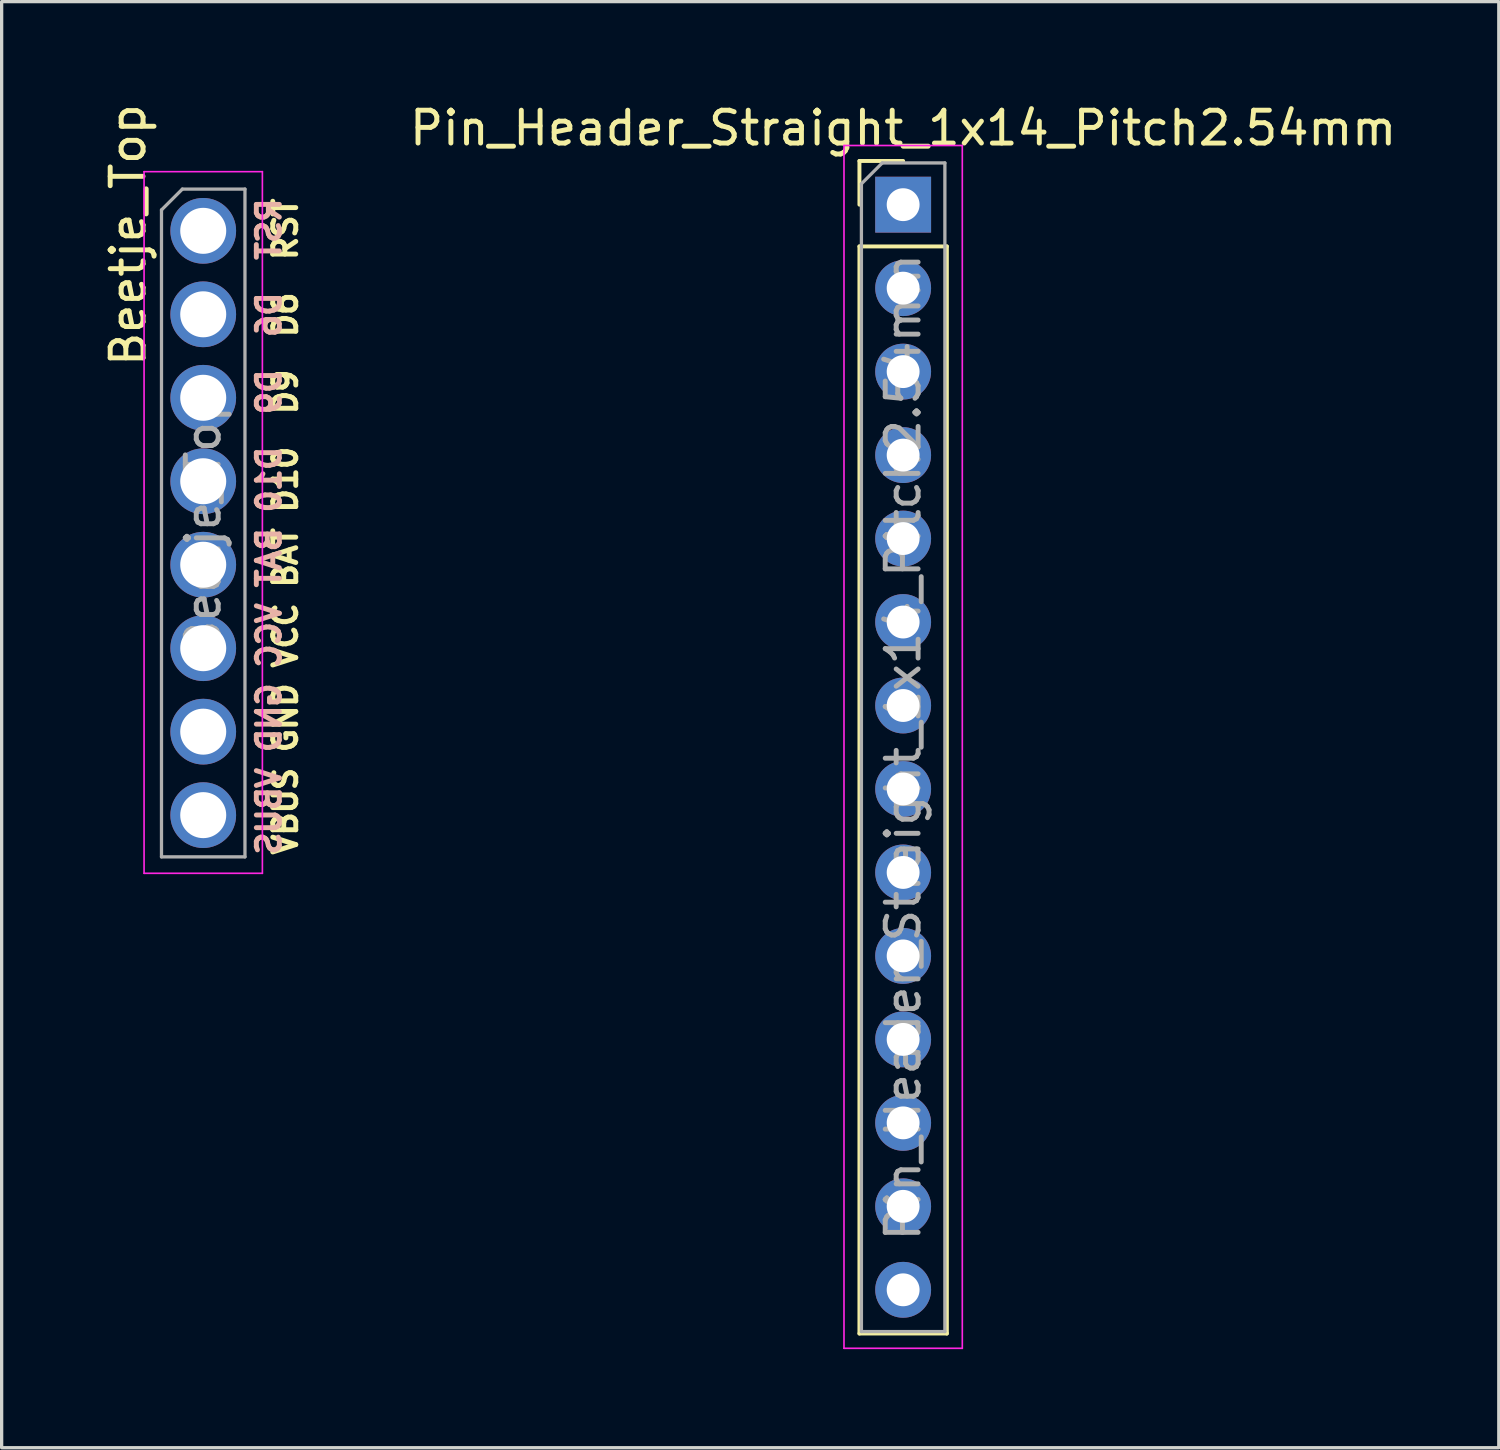
<source format=kicad_pcb>
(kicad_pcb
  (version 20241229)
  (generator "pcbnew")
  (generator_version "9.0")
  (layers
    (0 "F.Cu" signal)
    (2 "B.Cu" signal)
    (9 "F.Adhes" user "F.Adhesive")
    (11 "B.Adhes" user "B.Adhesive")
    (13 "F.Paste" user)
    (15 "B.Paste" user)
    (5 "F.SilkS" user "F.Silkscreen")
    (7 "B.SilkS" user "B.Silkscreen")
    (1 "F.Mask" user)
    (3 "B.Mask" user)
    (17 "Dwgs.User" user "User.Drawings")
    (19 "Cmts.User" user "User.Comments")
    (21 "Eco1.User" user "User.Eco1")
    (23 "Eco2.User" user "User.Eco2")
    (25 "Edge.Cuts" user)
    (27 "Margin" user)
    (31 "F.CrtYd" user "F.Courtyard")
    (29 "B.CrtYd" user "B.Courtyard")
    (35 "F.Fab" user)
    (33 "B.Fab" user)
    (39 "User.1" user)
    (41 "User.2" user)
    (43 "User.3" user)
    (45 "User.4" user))
  (footprint "Beetje_Top"
    (layer "F.Cu")
    (at 3.134 3.974)
    (property "Reference" "Beetje_Top" (at -2.286 0.127 90) (layer "F.SilkS") (effects (font (size 1 1) (thickness 0.15))))
    (attr through_hole)
    (fp_line (start -1.8 -1.8) (end -1.8 19.55) (stroke (width 0.05) (type solid)) (layer "F.CrtYd"))
    (fp_line (start -1.8 19.55) (end 1.8 19.55) (stroke (width 0.05) (type solid)) (layer "F.CrtYd"))
    (fp_line (start 1.8 -1.8) (end -1.8 -1.8) (stroke (width 0.05) (type solid)) (layer "F.CrtYd"))
    (fp_line (start 1.8 19.55) (end 1.8 -1.8) (stroke (width 0.05) (type solid)) (layer "F.CrtYd"))
    (fp_line (start -1.27 -0.635) (end -0.635 -1.27) (stroke (width 0.1) (type solid)) (layer "F.Fab"))
    (fp_line (start -1.27 19.05) (end -1.27 -0.635) (stroke (width 0.1) (type solid)) (layer "F.Fab"))
    (fp_line (start -0.635 -1.27) (end 1.27 -1.27) (stroke (width 0.1) (type solid)) (layer "F.Fab"))
    (fp_line (start 1.27 -1.27) (end 1.27 19.05) (stroke (width 0.1) (type solid)) (layer "F.Fab"))
    (fp_line (start 1.27 19.05) (end -1.27 19.05) (stroke (width 0.1) (type solid)) (layer "F.Fab"))
    (fp_text user "VBUS GND VCC BAT D10  D9  D6  RST" (at 2.5 9 90) (layer "F.SilkS") (effects (font (size 0.7 0.675) (thickness 0.15))))
    (fp_text user "RST  D6  D9  D10 BAT VCC GND VBUS" (at 2 9 90) (layer "B.SilkS") (effects (font (size 0.7 0.675) (thickness 0.15)) (justify mirror)))
    (fp_text user "${REFERENCE}" (at 0 8.89 90) (layer "F.Fab") (effects (font (size 1 1) (thickness 0.15))))
    (pad "1" thru_hole circle (at 0 0) (size 2 2) (drill 1.4) (layers "*.Cu" "*.Mask"))
    (pad "2" thru_hole oval (at 0 2.54) (size 2 2) (drill 1.4) (layers "*.Cu" "*.Mask"))
    (pad "3" thru_hole oval (at 0 5.08) (size 2 2) (drill 1.4) (layers "*.Cu" "*.Mask"))
    (pad "4" thru_hole oval (at 0 7.62) (size 2 2) (drill 1.4) (layers "*.Cu" "*.Mask"))
    (pad "5" thru_hole circle (at 0 10.16) (size 2 2) (drill 1.4) (layers "*.Cu" "*.Mask"))
    (pad "6" thru_hole circle (at 0 12.7) (size 2 2) (drill 1.4) (layers "*.Cu" "*.Mask"))
    (pad "7" thru_hole circle (at 0 15.24) (size 2 2) (drill 1.4) (layers "*.Cu" "*.Mask"))
    (pad "8" thru_hole circle (at 0 17.78) (size 2 2) (drill 1.4) (layers "*.Cu" "*.Mask")))
  (footprint "Pin_Header_Straight_1x14_Pitch2.54mm"
    (layer "F.Cu")
    (at 24.432 3.178)
    (property "Reference" "Pin_Header_Straight_1x14_Pitch2.54mm" (at 0 -2.33 0) (layer "F.SilkS") (effects (font (size 1 1) (thickness 0.15))))
    (attr through_hole)
    (fp_line (start -1.33 -1.33) (end 0 -1.33) (stroke (width 0.12) (type solid)) (layer "F.SilkS"))
    (fp_line (start -1.33 0) (end -1.33 -1.33) (stroke (width 0.12) (type solid)) (layer "F.SilkS"))
    (fp_line (start -1.33 1.27) (end -1.33 34.35) (stroke (width 0.12) (type solid)) (layer "F.SilkS"))
    (fp_line (start -1.33 1.27) (end 1.33 1.27) (stroke (width 0.12) (type solid)) (layer "F.SilkS"))
    (fp_line (start -1.33 34.35) (end 1.33 34.35) (stroke (width 0.12) (type solid)) (layer "F.SilkS"))
    (fp_line (start 1.33 1.27) (end 1.33 34.35) (stroke (width 0.12) (type solid)) (layer "F.SilkS"))
    (fp_line (start -1.8 -1.8) (end -1.8 34.8) (stroke (width 0.05) (type solid)) (layer "F.CrtYd"))
    (fp_line (start -1.8 34.8) (end 1.8 34.8) (stroke (width 0.05) (type solid)) (layer "F.CrtYd"))
    (fp_line (start 1.8 -1.8) (end -1.8 -1.8) (stroke (width 0.05) (type solid)) (layer "F.CrtYd"))
    (fp_line (start 1.8 34.8) (end 1.8 -1.8) (stroke (width 0.05) (type solid)) (layer "F.CrtYd"))
    (fp_line (start -1.27 -0.635) (end -0.635 -1.27) (stroke (width 0.1) (type solid)) (layer "F.Fab"))
    (fp_line (start -1.27 34.29) (end -1.27 -0.635) (stroke (width 0.1) (type solid)) (layer "F.Fab"))
    (fp_line (start -0.635 -1.27) (end 1.27 -1.27) (stroke (width 0.1) (type solid)) (layer "F.Fab"))
    (fp_line (start 1.27 -1.27) (end 1.27 34.29) (stroke (width 0.1) (type solid)) (layer "F.Fab"))
    (fp_line (start 1.27 34.29) (end -1.27 34.29) (stroke (width 0.1) (type solid)) (layer "F.Fab"))
    (fp_text user "${REFERENCE}" (at 0 16.51 90) (layer "F.Fab") (effects (font (size 1 1) (thickness 0.15))))
    (pad "1" thru_hole rect (at 0 0) (size 1.7 1.7) (drill 1) (layers "*.Cu" "*.Mask"))
    (pad "2" thru_hole oval (at 0 2.54) (size 1.7 1.7) (drill 1) (layers "*.Cu" "*.Mask"))
    (pad "3" thru_hole oval (at 0 5.08) (size 1.7 1.7) (drill 1) (layers "*.Cu" "*.Mask"))
    (pad "4" thru_hole oval (at 0 7.62) (size 1.7 1.7) (drill 1) (layers "*.Cu" "*.Mask"))
    (pad "5" thru_hole oval (at 0 10.16) (size 1.7 1.7) (drill 1) (layers "*.Cu" "*.Mask"))
    (pad "6" thru_hole oval (at 0 12.7) (size 1.7 1.7) (drill 1) (layers "*.Cu" "*.Mask"))
    (pad "7" thru_hole oval (at 0 15.24) (size 1.7 1.7) (drill 1) (layers "*.Cu" "*.Mask"))
    (pad "8" thru_hole oval (at 0 17.78) (size 1.7 1.7) (drill 1) (layers "*.Cu" "*.Mask"))
    (pad "9" thru_hole oval (at 0 20.32) (size 1.7 1.7) (drill 1) (layers "*.Cu" "*.Mask"))
    (pad "10" thru_hole oval (at 0 22.86) (size 1.7 1.7) (drill 1) (layers "*.Cu" "*.Mask"))
    (pad "11" thru_hole oval (at 0 25.4) (size 1.7 1.7) (drill 1) (layers "*.Cu" "*.Mask"))
    (pad "12" thru_hole oval (at 0 27.94) (size 1.7 1.7) (drill 1) (layers "*.Cu" "*.Mask"))
    (pad "13" thru_hole oval (at 0 30.48) (size 1.7 1.7) (drill 1) (layers "*.Cu" "*.Mask"))
    (pad "14" thru_hole oval (at 0 33.02) (size 1.7 1.7) (drill 1) (layers "*.Cu" "*.Mask")))
  (gr_rect
    (start -3 -3)
    (end 42.557 41.003)
    (stroke (width 0.1) (type default))
    (fill no)
    (layer "Edge.Cuts")))
</source>
